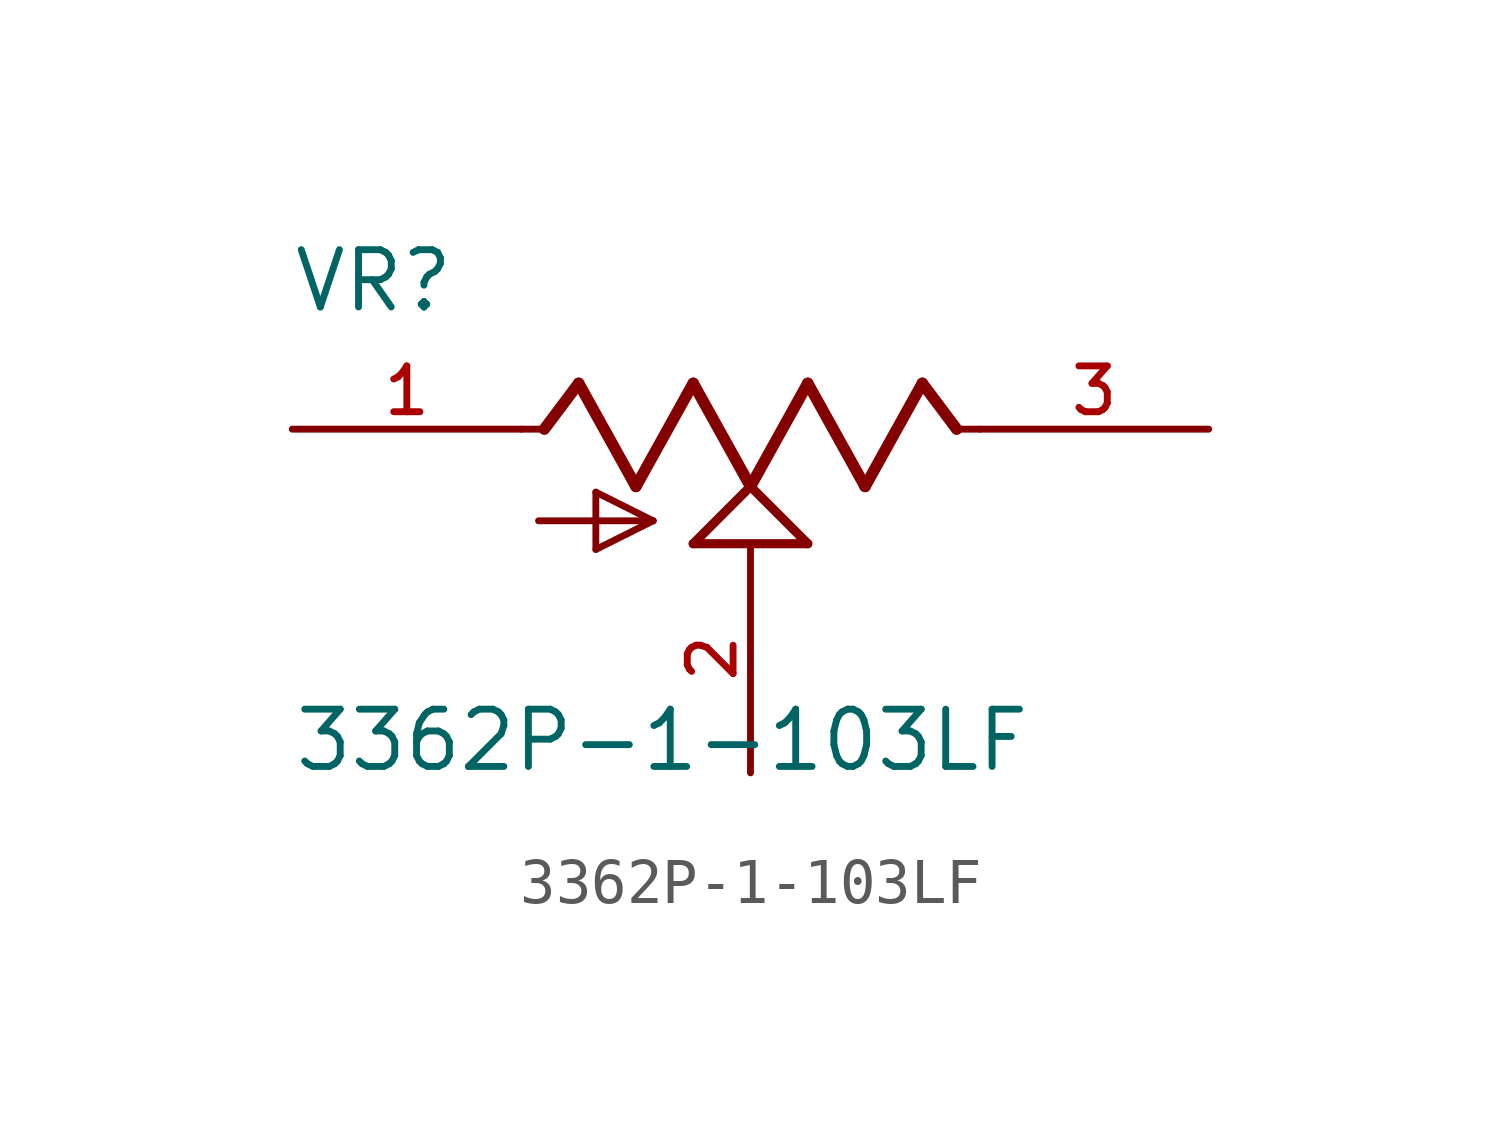
<source format=kicad_sym>
(kicad_symbol_lib
  (version 20220914)
  (generator kicad_symbol_editor)
  (symbol "3362P-1-103LF"
    (pin_names
      (offset 1.016))
    (property "Reference" "VR"
      (at -10.182 2.546 0)
      (effects (font (size 1.27 1.27)) (justify left bottom)))
    (property "Value" "3362P-1-103LF"
      (at -10.165 -7.642 0)
      (effects (font (size 1.27 1.27)) (justify left bottom)))
    (symbol "3362P-1-103LF_0_0"
      (polyline (pts (xy -5.08 0) (xy -4.572 0)) (stroke (width 0.152) (type default)) (fill (type none)))
      (polyline (pts (xy -4.699 -2.032) (xy -2.159 -2.032)) (stroke (width 0.152) (type default)) (fill (type none)))
      (polyline (pts (xy -4.572 0) (xy -3.81 1.016)) (stroke (width 0.254) (type default)) (fill (type none)))
      (polyline (pts (xy -3.81 1.016) (xy -2.54 -1.27)) (stroke (width 0.254) (type default)) (fill (type none)))
      (polyline (pts (xy -3.429 -2.667) (xy -3.429 -1.397)) (stroke (width 0.152) (type default)) (fill (type none)))
      (polyline (pts (xy -3.429 -1.397) (xy -2.159 -2.032)) (stroke (width 0.152) (type default)) (fill (type none)))
      (polyline (pts (xy -2.54 -1.27) (xy -1.27 1.016)) (stroke (width 0.254) (type default)) (fill (type none)))
      (polyline (pts (xy -2.159 -2.032) (xy -3.429 -2.667)) (stroke (width 0.152) (type default)) (fill (type none)))
      (polyline (pts (xy -1.27 -2.54) (xy 0 -1.27)) (stroke (width 0.203) (type default)) (fill (type none)))
      (polyline (pts (xy -1.27 1.016) (xy 0 -1.27)) (stroke (width 0.254) (type default)) (fill (type none)))
      (polyline (pts (xy 0 -1.27) (xy 1.27 -2.54)) (stroke (width 0.203) (type default)) (fill (type none)))
      (polyline (pts (xy 0 -1.27) (xy 1.27 1.016)) (stroke (width 0.254) (type default)) (fill (type none)))
      (polyline (pts (xy 1.27 -2.54) (xy -1.27 -2.54)) (stroke (width 0.203) (type default)) (fill (type none)))
      (polyline (pts (xy 1.27 1.016) (xy 2.54 -1.27)) (stroke (width 0.254) (type default)) (fill (type none)))
      (polyline (pts (xy 2.54 -1.27) (xy 3.81 1.016)) (stroke (width 0.254) (type default)) (fill (type none)))
      (polyline (pts (xy 3.81 1.016) (xy 4.572 0)) (stroke (width 0.254) (type default)) (fill (type none)))
      (polyline (pts (xy 4.572 0) (xy 5.08 0)) (stroke (width 0.152) (type default)) (fill (type none)))
      (pin passive line (at -10.16 0 0) (length 5.08) (name "~" (effects (font (size 1.016 1.016)))) (number "1" (effects (font (size 1.016 1.016)))))
      (pin passive line (at 0 -7.62 90) (length 5.08) (name "~" (effects (font (size 1.016 1.016)))) (number "2" (effects (font (size 1.016 1.016)))))
      (pin passive line (at 10.16 0 180) (length 5.08) (name "~" (effects (font (size 1.016 1.016)))) (number "3" (effects (font (size 1.016 1.016))))))))
</source>
